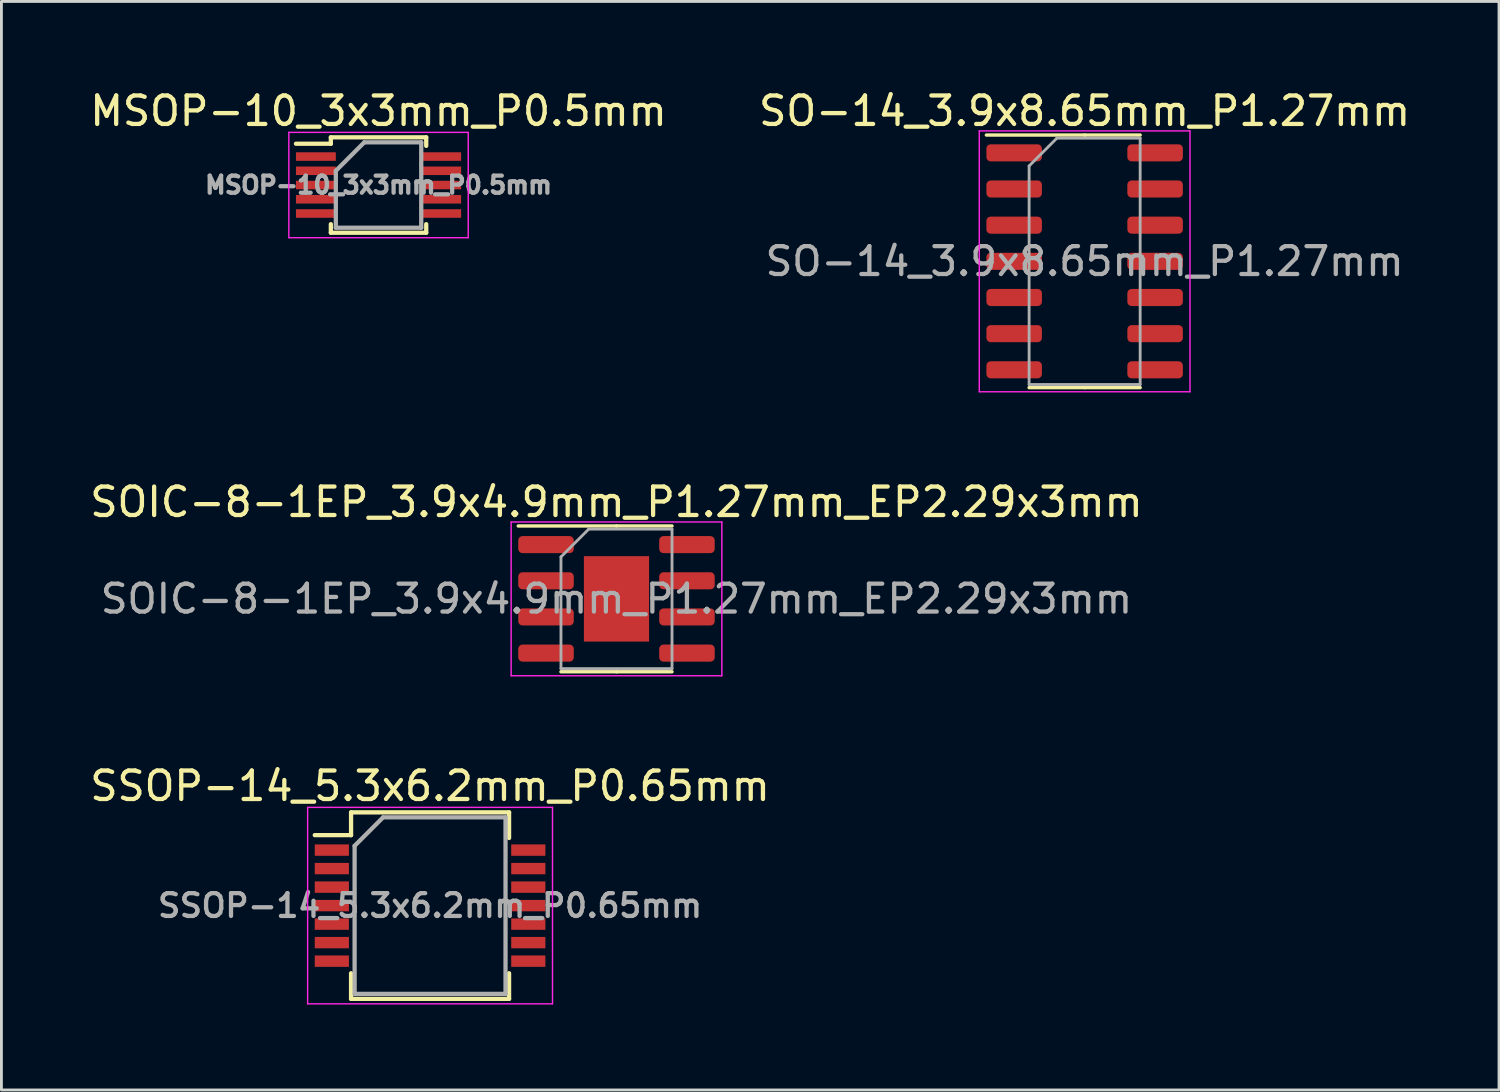
<source format=kicad_pcb>
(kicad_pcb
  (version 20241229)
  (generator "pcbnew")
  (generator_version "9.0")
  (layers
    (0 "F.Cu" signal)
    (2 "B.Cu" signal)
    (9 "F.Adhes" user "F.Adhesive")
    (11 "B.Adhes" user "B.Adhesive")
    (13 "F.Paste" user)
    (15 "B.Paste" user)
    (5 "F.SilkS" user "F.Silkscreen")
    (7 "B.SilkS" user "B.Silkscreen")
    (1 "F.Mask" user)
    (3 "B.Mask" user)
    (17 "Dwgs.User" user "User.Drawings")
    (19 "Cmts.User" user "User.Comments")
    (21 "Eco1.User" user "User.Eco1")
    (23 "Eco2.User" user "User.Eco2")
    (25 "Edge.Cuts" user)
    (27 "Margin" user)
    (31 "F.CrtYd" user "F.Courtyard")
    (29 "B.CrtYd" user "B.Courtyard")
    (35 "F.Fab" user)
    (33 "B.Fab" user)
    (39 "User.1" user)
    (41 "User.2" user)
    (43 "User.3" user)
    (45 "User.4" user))
  (footprint "MSOP-10_3x3mm_P0.5mm"
    (layer "F.Cu")
    (at 10.244 3.448)
    (property "Reference" "MSOP-10_3x3mm_P0.5mm" (at 0 -2.6 0) (layer "F.SilkS") (effects (font (size 1 1) (thickness 0.15))))
    (attr smd)
    (fp_line (start -1.675 -1.675) (end -1.675 -1.45) (stroke (width 0.15) (type solid)) (layer "F.SilkS"))
    (fp_line (start -1.675 -1.675) (end 1.675 -1.675) (stroke (width 0.15) (type solid)) (layer "F.SilkS"))
    (fp_line (start -1.675 -1.45) (end -2.9 -1.45) (stroke (width 0.15) (type solid)) (layer "F.SilkS"))
    (fp_line (start -1.675 1.675) (end -1.675 1.375) (stroke (width 0.15) (type solid)) (layer "F.SilkS"))
    (fp_line (start -1.675 1.675) (end 1.675 1.675) (stroke (width 0.15) (type solid)) (layer "F.SilkS"))
    (fp_line (start 1.675 -1.675) (end 1.675 -1.375) (stroke (width 0.15) (type solid)) (layer "F.SilkS"))
    (fp_line (start 1.675 1.675) (end 1.675 1.375) (stroke (width 0.15) (type solid)) (layer "F.SilkS"))
    (fp_line (start -3.15 -1.85) (end -3.15 1.85) (stroke (width 0.05) (type solid)) (layer "F.CrtYd"))
    (fp_line (start -3.15 -1.85) (end 3.15 -1.85) (stroke (width 0.05) (type solid)) (layer "F.CrtYd"))
    (fp_line (start -3.15 1.85) (end 3.15 1.85) (stroke (width 0.05) (type solid)) (layer "F.CrtYd"))
    (fp_line (start 3.15 -1.85) (end 3.15 1.85) (stroke (width 0.05) (type solid)) (layer "F.CrtYd"))
    (fp_line (start -1.5 -0.5) (end -0.5 -1.5) (stroke (width 0.15) (type solid)) (layer "F.Fab"))
    (fp_line (start -1.5 1.5) (end -1.5 -0.5) (stroke (width 0.15) (type solid)) (layer "F.Fab"))
    (fp_line (start -0.5 -1.5) (end 1.5 -1.5) (stroke (width 0.15) (type solid)) (layer "F.Fab"))
    (fp_line (start 1.5 -1.5) (end 1.5 1.5) (stroke (width 0.15) (type solid)) (layer "F.Fab"))
    (fp_line (start 1.5 1.5) (end -1.5 1.5) (stroke (width 0.15) (type solid)) (layer "F.Fab"))
    (fp_text user "${REFERENCE}" (at 0 0 0) (layer "F.Fab") (effects (font (size 0.6 0.6) (thickness 0.15))))
    (pad "1" smd rect (at -2.2 -1) (size 1.4 0.3) (layers "F.Cu" "F.Mask" "F.Paste"))
    (pad "2" smd rect (at -2.2 -0.5) (size 1.4 0.3) (layers "F.Cu" "F.Mask" "F.Paste"))
    (pad "3" smd rect (at -2.2 0) (size 1.4 0.3) (layers "F.Cu" "F.Mask" "F.Paste"))
    (pad "4" smd rect (at -2.2 0.5) (size 1.4 0.3) (layers "F.Cu" "F.Mask" "F.Paste"))
    (pad "5" smd rect (at -2.2 1) (size 1.4 0.3) (layers "F.Cu" "F.Mask" "F.Paste"))
    (pad "6" smd rect (at 2.2 1) (size 1.4 0.3) (layers "F.Cu" "F.Mask" "F.Paste"))
    (pad "7" smd rect (at 2.2 0.5) (size 1.4 0.3) (layers "F.Cu" "F.Mask" "F.Paste"))
    (pad "8" smd rect (at 2.2 0) (size 1.4 0.3) (layers "F.Cu" "F.Mask" "F.Paste"))
    (pad "9" smd rect (at 2.2 -0.5) (size 1.4 0.3) (layers "F.Cu" "F.Mask" "F.Paste"))
    (pad "10" smd rect (at 2.2 -1) (size 1.4 0.3) (layers "F.Cu" "F.Mask" "F.Paste")))
  (footprint "SO-14_3.9x8.65mm_P1.27mm"
    (layer "F.Cu")
    (at 35.042 6.128)
    (property "Reference" "SO-14_3.9x8.65mm_P1.27mm" (at 0 -5.28 0) (layer "F.SilkS") (effects (font (size 1 1) (thickness 0.15))))
    (attr smd)
    (fp_line (start 0 -4.435) (end -3.45 -4.435) (stroke (width 0.12) (type solid)) (layer "F.SilkS"))
    (fp_line (start 0 -4.435) (end 1.95 -4.435) (stroke (width 0.12) (type solid)) (layer "F.SilkS"))
    (fp_line (start 0 4.435) (end -1.95 4.435) (stroke (width 0.12) (type solid)) (layer "F.SilkS"))
    (fp_line (start 0 4.435) (end 1.95 4.435) (stroke (width 0.12) (type solid)) (layer "F.SilkS"))
    (fp_line (start -3.7 -4.58) (end -3.7 4.58) (stroke (width 0.05) (type solid)) (layer "F.CrtYd"))
    (fp_line (start -3.7 4.58) (end 3.7 4.58) (stroke (width 0.05) (type solid)) (layer "F.CrtYd"))
    (fp_line (start 3.7 -4.58) (end -3.7 -4.58) (stroke (width 0.05) (type solid)) (layer "F.CrtYd"))
    (fp_line (start 3.7 4.58) (end 3.7 -4.58) (stroke (width 0.05) (type solid)) (layer "F.CrtYd"))
    (fp_line (start -1.95 -3.35) (end -0.975 -4.325) (stroke (width 0.1) (type solid)) (layer "F.Fab"))
    (fp_line (start -1.95 4.325) (end -1.95 -3.35) (stroke (width 0.1) (type solid)) (layer "F.Fab"))
    (fp_line (start -0.975 -4.325) (end 1.95 -4.325) (stroke (width 0.1) (type solid)) (layer "F.Fab"))
    (fp_line (start 1.95 -4.325) (end 1.95 4.325) (stroke (width 0.1) (type solid)) (layer "F.Fab"))
    (fp_line (start 1.95 4.325) (end -1.95 4.325) (stroke (width 0.1) (type solid)) (layer "F.Fab"))
    (fp_text user "${REFERENCE}" (at 0 0 0) (layer "F.Fab") (effects (font (size 0.98 0.98) (thickness 0.15))))
    (pad "1" smd roundrect (at -2.475 -3.81) (size 1.95 0.6) (layers "F.Cu" "F.Mask" "F.Paste") (roundrect_rratio 0.25))
    (pad "2" smd roundrect (at -2.475 -2.54) (size 1.95 0.6) (layers "F.Cu" "F.Mask" "F.Paste") (roundrect_rratio 0.25))
    (pad "3" smd roundrect (at -2.475 -1.27) (size 1.95 0.6) (layers "F.Cu" "F.Mask" "F.Paste") (roundrect_rratio 0.25))
    (pad "4" smd roundrect (at -2.475 0) (size 1.95 0.6) (layers "F.Cu" "F.Mask" "F.Paste") (roundrect_rratio 0.25))
    (pad "5" smd roundrect (at -2.475 1.27) (size 1.95 0.6) (layers "F.Cu" "F.Mask" "F.Paste") (roundrect_rratio 0.25))
    (pad "6" smd roundrect (at -2.475 2.54) (size 1.95 0.6) (layers "F.Cu" "F.Mask" "F.Paste") (roundrect_rratio 0.25))
    (pad "7" smd roundrect (at -2.475 3.81) (size 1.95 0.6) (layers "F.Cu" "F.Mask" "F.Paste") (roundrect_rratio 0.25))
    (pad "8" smd roundrect (at 2.475 3.81) (size 1.95 0.6) (layers "F.Cu" "F.Mask" "F.Paste") (roundrect_rratio 0.25))
    (pad "9" smd roundrect (at 2.475 2.54) (size 1.95 0.6) (layers "F.Cu" "F.Mask" "F.Paste") (roundrect_rratio 0.25))
    (pad "10" smd roundrect (at 2.475 1.27) (size 1.95 0.6) (layers "F.Cu" "F.Mask" "F.Paste") (roundrect_rratio 0.25))
    (pad "11" smd roundrect (at 2.475 0) (size 1.95 0.6) (layers "F.Cu" "F.Mask" "F.Paste") (roundrect_rratio 0.25))
    (pad "12" smd roundrect (at 2.475 -1.27) (size 1.95 0.6) (layers "F.Cu" "F.Mask" "F.Paste") (roundrect_rratio 0.25))
    (pad "13" smd roundrect (at 2.475 -2.54) (size 1.95 0.6) (layers "F.Cu" "F.Mask" "F.Paste") (roundrect_rratio 0.25))
    (pad "14" smd roundrect (at 2.475 -3.81) (size 1.95 0.6) (layers "F.Cu" "F.Mask" "F.Paste") (roundrect_rratio 0.25)))
  (footprint "SOIC-8-1EP_3.9x4.9mm_P1.27mm_EP2.29x3mm"
    (layer "F.Cu")
    (at 18.601 17.982)
    (property "Reference" "SOIC-8-1EP_3.9x4.9mm_P1.27mm_EP2.29x3mm" (at 0 -3.4 0) (layer "F.SilkS") (effects (font (size 1 1) (thickness 0.15))))
    (attr smd)
    (fp_line (start 0 -2.56) (end -3.45 -2.56) (stroke (width 0.12) (type solid)) (layer "F.SilkS"))
    (fp_line (start 0 -2.56) (end 1.95 -2.56) (stroke (width 0.12) (type solid)) (layer "F.SilkS"))
    (fp_line (start 0 2.56) (end -1.95 2.56) (stroke (width 0.12) (type solid)) (layer "F.SilkS"))
    (fp_line (start 0 2.56) (end 1.95 2.56) (stroke (width 0.12) (type solid)) (layer "F.SilkS"))
    (fp_line (start -3.7 -2.7) (end -3.7 2.7) (stroke (width 0.05) (type solid)) (layer "F.CrtYd"))
    (fp_line (start -3.7 2.7) (end 3.7 2.7) (stroke (width 0.05) (type solid)) (layer "F.CrtYd"))
    (fp_line (start 3.7 -2.7) (end -3.7 -2.7) (stroke (width 0.05) (type solid)) (layer "F.CrtYd"))
    (fp_line (start 3.7 2.7) (end 3.7 -2.7) (stroke (width 0.05) (type solid)) (layer "F.CrtYd"))
    (fp_line (start -1.95 -1.475) (end -0.975 -2.45) (stroke (width 0.1) (type solid)) (layer "F.Fab"))
    (fp_line (start -1.95 2.45) (end -1.95 -1.475) (stroke (width 0.1) (type solid)) (layer "F.Fab"))
    (fp_line (start -0.975 -2.45) (end 1.95 -2.45) (stroke (width 0.1) (type solid)) (layer "F.Fab"))
    (fp_line (start 1.95 -2.45) (end 1.95 2.45) (stroke (width 0.1) (type solid)) (layer "F.Fab"))
    (fp_line (start 1.95 2.45) (end -1.95 2.45) (stroke (width 0.1) (type solid)) (layer "F.Fab"))
    (fp_text user "${REFERENCE}" (at 0 0 0) (layer "F.Fab") (effects (font (size 0.98 0.98) (thickness 0.15))))
    (pad "" smd roundrect (at -0.57 -0.75) (size 0.92 1.21) (layers "F.Paste") (roundrect_rratio 0.25))
    (pad "" smd roundrect (at -0.57 0.75) (size 0.92 1.21) (layers "F.Paste") (roundrect_rratio 0.25))
    (pad "" smd roundrect (at 0.57 -0.75) (size 0.92 1.21) (layers "F.Paste") (roundrect_rratio 0.25))
    (pad "" smd roundrect (at 0.57 0.75) (size 0.92 1.21) (layers "F.Paste") (roundrect_rratio 0.25))
    (pad "1" smd roundrect (at -2.475 -1.905) (size 1.95 0.6) (layers "F.Cu" "F.Mask" "F.Paste") (roundrect_rratio 0.25))
    (pad "2" smd roundrect (at -2.475 -0.635) (size 1.95 0.6) (layers "F.Cu" "F.Mask" "F.Paste") (roundrect_rratio 0.25))
    (pad "3" smd roundrect (at -2.475 0.635) (size 1.95 0.6) (layers "F.Cu" "F.Mask" "F.Paste") (roundrect_rratio 0.25))
    (pad "4" smd roundrect (at -2.475 1.905) (size 1.95 0.6) (layers "F.Cu" "F.Mask" "F.Paste") (roundrect_rratio 0.25))
    (pad "5" smd roundrect (at 2.475 1.905) (size 1.95 0.6) (layers "F.Cu" "F.Mask" "F.Paste") (roundrect_rratio 0.25))
    (pad "6" smd roundrect (at 2.475 0.635) (size 1.95 0.6) (layers "F.Cu" "F.Mask" "F.Paste") (roundrect_rratio 0.25))
    (pad "7" smd roundrect (at 2.475 -0.635) (size 1.95 0.6) (layers "F.Cu" "F.Mask" "F.Paste") (roundrect_rratio 0.25))
    (pad "8" smd roundrect (at 2.475 -1.905) (size 1.95 0.6) (layers "F.Cu" "F.Mask" "F.Paste") (roundrect_rratio 0.25))
    (pad "9" smd rect (at 0 0) (size 2.29 3) (layers "F.Cu" "F.Mask")))
  (footprint "SSOP-14_5.3x6.2mm_P0.65mm"
    (layer "F.Cu")
    (at 12.054 28.755)
    (property "Reference" "SSOP-14_5.3x6.2mm_P0.65mm" (at 0 -4.2 0) (layer "F.SilkS") (effects (font (size 1 1) (thickness 0.15))))
    (attr smd)
    (fp_line (start -2.775 -3.275) (end -2.775 -2.475) (stroke (width 0.15) (type solid)) (layer "F.SilkS"))
    (fp_line (start -2.775 -3.275) (end 2.775 -3.275) (stroke (width 0.15) (type solid)) (layer "F.SilkS"))
    (fp_line (start -2.775 -2.475) (end -4.05 -2.475) (stroke (width 0.15) (type solid)) (layer "F.SilkS"))
    (fp_line (start -2.775 3.275) (end -2.775 2.375) (stroke (width 0.15) (type solid)) (layer "F.SilkS"))
    (fp_line (start -2.775 3.275) (end 2.775 3.275) (stroke (width 0.15) (type solid)) (layer "F.SilkS"))
    (fp_line (start 2.775 -3.275) (end 2.775 -2.375) (stroke (width 0.15) (type solid)) (layer "F.SilkS"))
    (fp_line (start 2.775 3.275) (end 2.775 2.375) (stroke (width 0.15) (type solid)) (layer "F.SilkS"))
    (fp_line (start -4.3 -3.45) (end -4.3 3.45) (stroke (width 0.05) (type solid)) (layer "F.CrtYd"))
    (fp_line (start -4.3 -3.45) (end 4.3 -3.45) (stroke (width 0.05) (type solid)) (layer "F.CrtYd"))
    (fp_line (start -4.3 3.45) (end 4.3 3.45) (stroke (width 0.05) (type solid)) (layer "F.CrtYd"))
    (fp_line (start 4.3 -3.45) (end 4.3 3.45) (stroke (width 0.05) (type solid)) (layer "F.CrtYd"))
    (fp_line (start -2.65 -2.1) (end -1.65 -3.1) (stroke (width 0.15) (type solid)) (layer "F.Fab"))
    (fp_line (start -2.65 3.1) (end -2.65 -2.1) (stroke (width 0.15) (type solid)) (layer "F.Fab"))
    (fp_line (start -1.65 -3.1) (end 2.65 -3.1) (stroke (width 0.15) (type solid)) (layer "F.Fab"))
    (fp_line (start 2.65 -3.1) (end 2.65 3.1) (stroke (width 0.15) (type solid)) (layer "F.Fab"))
    (fp_line (start 2.65 3.1) (end -2.65 3.1) (stroke (width 0.15) (type solid)) (layer "F.Fab"))
    (fp_text user "${REFERENCE}" (at 0 0 0) (layer "F.Fab") (effects (font (size 0.8 0.8) (thickness 0.15))))
    (pad "1" smd rect (at -3.45 -1.95) (size 1.2 0.4) (layers "F.Cu" "F.Mask" "F.Paste"))
    (pad "2" smd rect (at -3.45 -1.3) (size 1.2 0.4) (layers "F.Cu" "F.Mask" "F.Paste"))
    (pad "3" smd rect (at -3.45 -0.65) (size 1.2 0.4) (layers "F.Cu" "F.Mask" "F.Paste"))
    (pad "4" smd rect (at -3.45 0) (size 1.2 0.4) (layers "F.Cu" "F.Mask" "F.Paste"))
    (pad "5" smd rect (at -3.45 0.65) (size 1.2 0.4) (layers "F.Cu" "F.Mask" "F.Paste"))
    (pad "6" smd rect (at -3.45 1.3) (size 1.2 0.4) (layers "F.Cu" "F.Mask" "F.Paste"))
    (pad "7" smd rect (at -3.45 1.95) (size 1.2 0.4) (layers "F.Cu" "F.Mask" "F.Paste"))
    (pad "8" smd rect (at 3.45 1.95) (size 1.2 0.4) (layers "F.Cu" "F.Mask" "F.Paste"))
    (pad "9" smd rect (at 3.45 1.3) (size 1.2 0.4) (layers "F.Cu" "F.Mask" "F.Paste"))
    (pad "10" smd rect (at 3.45 0.65) (size 1.2 0.4) (layers "F.Cu" "F.Mask" "F.Paste"))
    (pad "11" smd rect (at 3.45 0) (size 1.2 0.4) (layers "F.Cu" "F.Mask" "F.Paste"))
    (pad "12" smd rect (at 3.45 -0.65) (size 1.2 0.4) (layers "F.Cu" "F.Mask" "F.Paste"))
    (pad "13" smd rect (at 3.45 -1.3) (size 1.2 0.4) (layers "F.Cu" "F.Mask" "F.Paste"))
    (pad "14" smd rect (at 3.45 -1.95) (size 1.2 0.4) (layers "F.Cu" "F.Mask" "F.Paste")))
  (gr_rect
    (start -3 -3)
    (end 49.595 35.23)
    (stroke (width 0.1) (type default))
    (fill no)
    (layer "Edge.Cuts")))
</source>
